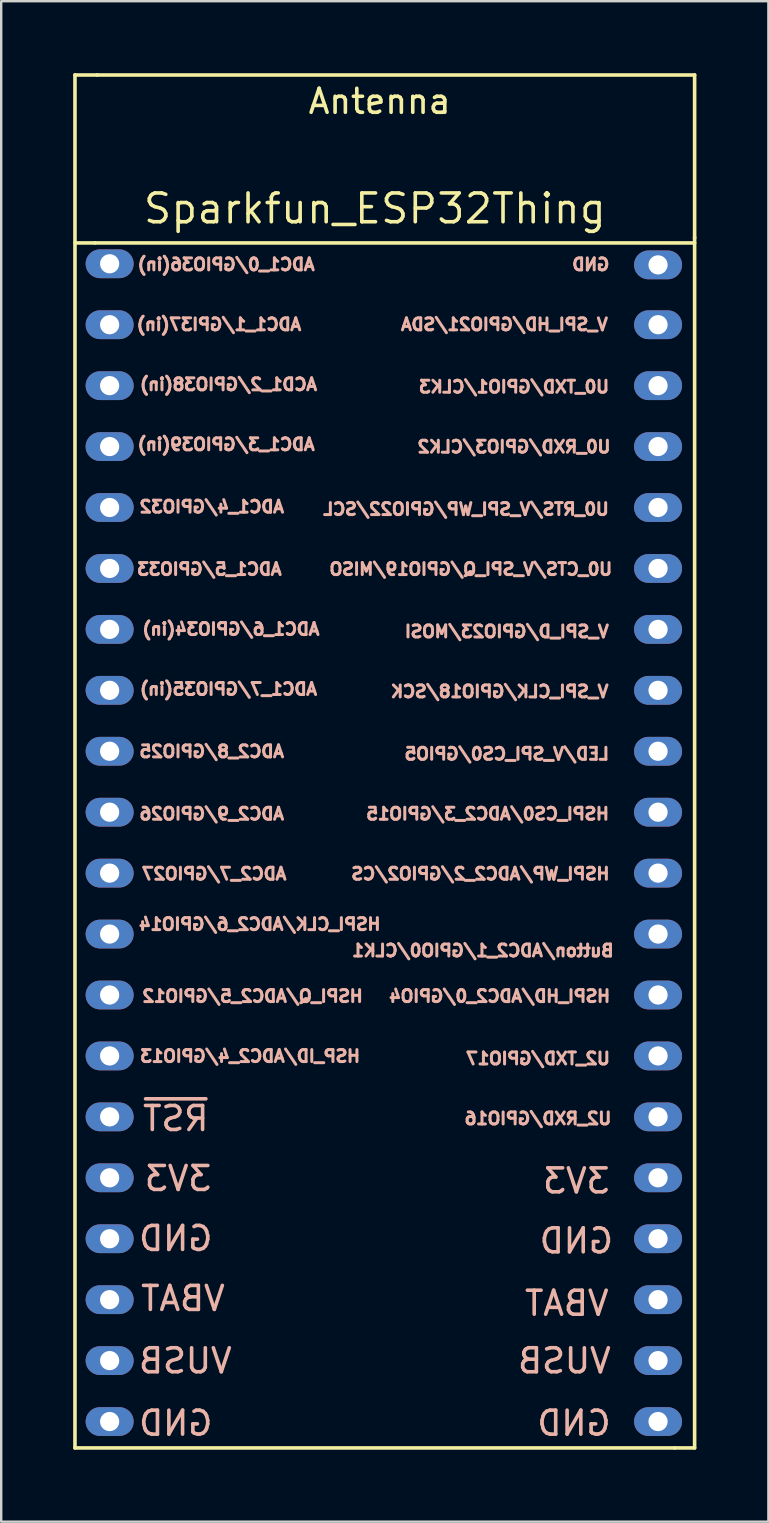
<source format=kicad_pcb>
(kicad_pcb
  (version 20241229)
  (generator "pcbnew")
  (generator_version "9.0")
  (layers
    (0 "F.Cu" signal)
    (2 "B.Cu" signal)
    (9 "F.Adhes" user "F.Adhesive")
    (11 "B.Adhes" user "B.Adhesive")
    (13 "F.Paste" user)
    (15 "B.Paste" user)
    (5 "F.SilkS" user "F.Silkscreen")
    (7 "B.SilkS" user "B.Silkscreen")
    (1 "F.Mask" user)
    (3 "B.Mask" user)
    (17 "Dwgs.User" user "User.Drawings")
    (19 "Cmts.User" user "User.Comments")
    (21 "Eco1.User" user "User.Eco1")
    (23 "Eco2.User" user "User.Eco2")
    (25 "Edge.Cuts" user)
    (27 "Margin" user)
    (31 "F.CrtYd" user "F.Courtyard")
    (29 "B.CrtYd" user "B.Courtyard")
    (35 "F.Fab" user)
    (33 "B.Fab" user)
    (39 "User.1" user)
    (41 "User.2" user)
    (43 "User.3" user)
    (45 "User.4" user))
  (footprint "Sparkfun_ESP32Thing"
    (layer "F.Cu")
    (at 1.52 56.251)
    (property "Reference" "Sparkfun_ESP32Thing" (at 11.055 -50.606 0) (layer "F.SilkS") (effects (font (size 1.2 1.2) (thickness 0.15))))
    (attr through_hole)
    (fp_line (start -1.445 -49.476) (end -1.445 -56.176) (stroke (width 0.15) (type solid)) (layer "F.SilkS"))
    (fp_line (start -1.445 1.054) (end 23.555 1.054) (stroke (width 0.15) (type solid)) (layer "F.SilkS"))
    (fp_line (start -1.445 -49.406) (end -1.445 1.054) (stroke (width 0.15) (type solid)) (layer "F.SilkS"))
    (fp_line (start -0.616 -49.176) (end -1.436 -49.176) (stroke (width 0.15) (type solid)) (layer "F.SilkS"))
    (fp_line (start -0.616 -49.176) (end 24.384 -49.176) (stroke (width 0.15) (type solid)) (layer "F.SilkS"))
    (fp_line (start -0.515 -56.176) (end -1.445 -56.176) (stroke (width 0.15) (type solid)) (layer "F.SilkS"))
    (fp_line (start 23.554 1.054) (end 24.384 1.054) (stroke (width 0.15) (type solid)) (layer "F.SilkS"))
    (fp_line (start 24.384 1.054) (end 24.384 -49.406) (stroke (width 0.15) (type solid)) (layer "F.SilkS"))
    (fp_line (start 24.384 -56.176) (end -0.516 -56.176) (stroke (width 0.15) (type solid)) (layer "F.SilkS"))
    (fp_line (start 24.384 -49.376) (end 24.384 -56.176) (stroke (width 0.15) (type solid)) (layer "F.SilkS"))
    (fp_text user "Antenna" (at 11.255 -55.076 0) (layer "F.SilkS") (effects (font (size 1 1) (thickness 0.15))))
    (fp_text user "V_SPI_HD/GPIO21/SDA" (at 16.455 -45.776 0) (layer "B.SilkS") (effects (font (size 0.5 0.5) (thickness 0.125)) (justify mirror)))
    (fp_text user "ADC2_9/GPIO26" (at 4.255 -25.376 0) (layer "B.SilkS") (effects (font (size 0.5 0.5) (thickness 0.125)) (justify mirror)))
    (fp_text user "ADC1_7/GPIO35(in)" (at 4.955 -30.576 0) (layer "B.SilkS") (effects (font (size 0.5 0.5) (thickness 0.125)) (justify mirror)))
    (fp_text user "HSPI_HD/ADC2_0/GPIO4" (at 16.255 -17.776 0) (layer "B.SilkS") (effects (font (size 0.5 0.5) (thickness 0.125)) (justify mirror)))
    (fp_text user "ADC1_6/GPIO34(in)" (at 5.055 -33.076 0) (layer "B.SilkS") (effects (font (size 0.5 0.5) (thickness 0.125)) (justify mirror)))
    (fp_text user "3V3" (at 19.455 -10.076 0) (layer "B.SilkS") (effects (font (size 1 1) (thickness 0.15)) (justify mirror)))
    (fp_text user "ADC1_0/GPIO36(in)" (at 4.855 -48.276 0) (layer "B.SilkS") (effects (font (size 0.5 0.5) (thickness 0.125)) (justify mirror)))
    (fp_text user "V_SPI_D/GPIO23/MOSI" (at 16.555 -32.976 0) (layer "B.SilkS") (effects (font (size 0.5 0.5) (thickness 0.125)) (justify mirror)))
    (fp_text user "HSP_ID/ADC2_4/GPIO13" (at 5.855 -15.276 0) (layer "B.SilkS") (effects (font (size 0.5 0.5) (thickness 0.125)) (justify mirror)))
    (fp_text user "V_SPI_CLK/GPIO18/SCK" (at 16.255 -30.476 0) (layer "B.SilkS") (effects (font (size 0.5 0.5) (thickness 0.125)) (justify mirror)))
    (fp_text user "GND" (at 19.455 -7.576 0) (layer "B.SilkS") (effects (font (size 1 1) (thickness 0.15)) (justify mirror)))
    (fp_text user "GND" (at 2.755 -7.676 0) (layer "B.SilkS") (effects (font (size 1 1) (thickness 0.15)) (justify mirror)))
    (fp_text user "U2_TXD/GPIO17" (at 17.855 -15.176 0) (layer "B.SilkS") (effects (font (size 0.5 0.5) (thickness 0.125)) (justify mirror)))
    (fp_text user "HSPI_WP/ADC2_2/GPIO2/CS" (at 15.455 -22.876 0) (layer "B.SilkS") (effects (font (size 0.5 0.5) (thickness 0.125)) (justify mirror)))
    (fp_text user "Button/ADC2_1/GPIO0/CLK1" (at 15.555 -19.676 0) (layer "B.SilkS") (effects (font (size 0.5 0.5) (thickness 0.125)) (justify mirror)))
    (fp_text user "ADC1_4/GPIO32" (at 4.255 -38.176 0) (layer "B.SilkS") (effects (font (size 0.5 0.5) (thickness 0.125)) (justify mirror)))
    (fp_text user "U2_RXD/GPIO16" (at 17.855 -12.676 0) (layer "B.SilkS") (effects (font (size 0.5 0.5) (thickness 0.125)) (justify mirror)))
    (fp_text user "~{RST}" (at 2.755 -12.676 0) (layer "B.SilkS") (effects (font (size 1 1) (thickness 0.15)) (justify mirror)))
    (fp_text user "ADC2_7/GPIO27" (at 4.355 -22.876 0) (layer "B.SilkS") (effects (font (size 0.5 0.5) (thickness 0.125)) (justify mirror)))
    (fp_text user "ACD1_2/GPIO38(in)" (at 4.955 -43.276 0) (layer "B.SilkS") (effects (font (size 0.5 0.5) (thickness 0.125)) (justify mirror)))
    (fp_text user "ADC2_8/GPIO25" (at 4.255 -27.976 0) (layer "B.SilkS") (effects (font (size 0.5 0.5) (thickness 0.125)) (justify mirror)))
    (fp_text user "ADC1_1/GPI37(in)" (at 4.555 -45.776 0) (layer "B.SilkS") (effects (font (size 0.5 0.5) (thickness 0.125)) (justify mirror)))
    (fp_text user "HSPI_Q/ADC2_5/GPIO12" (at 5.955 -17.776 0) (layer "B.SilkS") (effects (font (size 0.5 0.5) (thickness 0.125)) (justify mirror)))
    (fp_text user "GND" (at 2.755 0.024 0) (layer "B.SilkS") (effects (font (size 1 1) (thickness 0.15)) (justify mirror)))
    (fp_text user "VBAT" (at 3.055 -5.176 0) (layer "B.SilkS") (effects (font (size 1 1) (thickness 0.15)) (justify mirror)))
    (fp_text user "HSPI_CLK/ADC2_6/GPIO14" (at 6.255 -20.776 0) (layer "B.SilkS") (effects (font (size 0.5 0.5) (thickness 0.125)) (justify mirror)))
    (fp_text user "LED/V_SPI_CS0/GPIO5" (at 16.555 -27.876 0) (layer "B.SilkS") (effects (font (size 0.5 0.5) (thickness 0.125)) (justify mirror)))
    (fp_text user "ADC1_3/GPIO39(in)" (at 4.855 -40.776 0) (layer "B.SilkS") (effects (font (size 0.5 0.5) (thickness 0.125)) (justify mirror)))
    (fp_text user "VUSB" (at 3.155 -2.576 0) (layer "B.SilkS") (effects (font (size 1 1) (thickness 0.15)) (justify mirror)))
    (fp_text user "U0_RXD/GPIO3/CLK2" (at 16.855 -40.676 0) (layer "B.SilkS") (effects (font (size 0.5 0.5) (thickness 0.125)) (justify mirror)))
    (fp_text user "HSPI_CS0/ADC2_3/GPIO15" (at 15.755 -25.376 0) (layer "B.SilkS") (effects (font (size 0.5 0.5) (thickness 0.125)) (justify mirror)))
    (fp_text user "U0_TXD/GPIO1/CLK3" (at 16.855 -43.176 0) (layer "B.SilkS") (effects (font (size 0.5 0.5) (thickness 0.125)) (justify mirror)))
    (fp_text user "3V3" (at 2.855 -10.176 0) (layer "B.SilkS") (effects (font (size 1 1) (thickness 0.15)) (justify mirror)))
    (fp_text user "VUSB" (at 18.955 -2.576 0) (layer "B.SilkS") (effects (font (size 1 1) (thickness 0.15)) (justify mirror)))
    (fp_text user "GND" (at 20.055 -48.276 0) (layer "B.SilkS") (effects (font (size 0.5 0.5) (thickness 0.125)) (justify mirror)))
    (fp_text user "VBAT" (at 19.055 -4.976 0) (layer "B.SilkS") (effects (font (size 1 1) (thickness 0.15)) (justify mirror)))
    (fp_text user "GND" (at 19.355 0.024 0) (layer "B.SilkS") (effects (font (size 1 1) (thickness 0.15)) (justify mirror)))
    (fp_text user "U0_CTS/V_SPI_Q/GPIO19/MISO" (at 15.055 -35.576 0) (layer "B.SilkS") (effects (font (size 0.5 0.5) (thickness 0.125)) (justify mirror)))
    (fp_text user "ADC1_5/GPIO33" (at 4.155 -35.576 0) (layer "B.SilkS") (effects (font (size 0.5 0.5) (thickness 0.125)) (justify mirror)))
    (fp_text user "U0_RTS/V_SPI_WP/GPIO22/SCL" (at 14.855 -38.076 0) (layer "B.SilkS") (effects (font (size 0.5 0.5) (thickness 0.125)) (justify mirror)))
    (pad "1" thru_hole oval (at 0 -48.306 270) (size 1.2 2) (drill 0.8) (layers "*.Cu" "*.Mask"))
    (pad "2" thru_hole oval (at 0 -45.766 270) (size 1.2 2) (drill 0.8) (layers "*.Cu" "*.Mask"))
    (pad "3" thru_hole oval (at 0 -43.226 270) (size 1.2 2) (drill 0.8) (layers "*.Cu" "*.Mask"))
    (pad "4" thru_hole oval (at 0 -40.686 270) (size 1.2 2) (drill 0.8) (layers "*.Cu" "*.Mask"))
    (pad "5" thru_hole oval (at 0 -38.146 270) (size 1.2 2) (drill 0.8) (layers "*.Cu" "*.Mask"))
    (pad "6" thru_hole oval (at 0 -35.606 270) (size 1.2 2) (drill 0.8) (layers "*.Cu" "*.Mask"))
    (pad "7" thru_hole oval (at 0 -33.066 270) (size 1.2 2) (drill 0.8) (layers "*.Cu" "*.Mask"))
    (pad "8" thru_hole oval (at 0 -30.526 270) (size 1.2 2) (drill 0.8) (layers "*.Cu" "*.Mask"))
    (pad "9" thru_hole oval (at 0 -27.986 270) (size 1.2 2) (drill 0.8) (layers "*.Cu" "*.Mask"))
    (pad "10" thru_hole oval (at 0 -25.446 270) (size 1.2 2) (drill 0.8) (layers "*.Cu" "*.Mask"))
    (pad "11" thru_hole oval (at 0 -22.906 270) (size 1.2 2) (drill 0.8) (layers "*.Cu" "*.Mask"))
    (pad "12" thru_hole oval (at 0 -20.366 270) (size 1.2 2) (drill 0.8) (layers "*.Cu" "*.Mask"))
    (pad "13" thru_hole oval (at 0 -17.826 270) (size 1.2 2) (drill 0.8) (layers "*.Cu" "*.Mask"))
    (pad "14" thru_hole oval (at 0 -15.286 270) (size 1.2 2) (drill 0.8) (layers "*.Cu" "*.Mask"))
    (pad "15" thru_hole oval (at 0 -12.746 270) (size 1.2 2) (drill 0.8) (layers "*.Cu" "*.Mask"))
    (pad "16" thru_hole oval (at 0 -10.206 270) (size 1.2 2) (drill 0.8) (layers "*.Cu" "*.Mask"))
    (pad "17" thru_hole oval (at 0 -7.666 270) (size 1.2 2) (drill 0.8) (layers "*.Cu" "*.Mask"))
    (pad "18" thru_hole oval (at 0 -5.126 270) (size 1.2 2) (drill 0.8) (layers "*.Cu" "*.Mask"))
    (pad "19" thru_hole oval (at 0 -2.586 270) (size 1.2 2) (drill 0.8) (layers "*.Cu" "*.Mask"))
    (pad "20" thru_hole oval (at 0 -0.046 270) (size 1.2 2) (drill 0.8) (layers "*.Cu" "*.Mask"))
    (pad "21" thru_hole oval (at 22.86 -0.046 270) (size 1.2 2) (drill 0.8) (layers "*.Cu" "*.Mask"))
    (pad "22" thru_hole oval (at 22.86 -2.586 270) (size 1.2 2) (drill 0.8) (layers "*.Cu" "*.Mask"))
    (pad "23" thru_hole oval (at 22.86 -5.126 270) (size 1.2 2) (drill 0.8) (layers "*.Cu" "*.Mask"))
    (pad "24" thru_hole oval (at 22.86 -7.666 270) (size 1.2 2) (drill 0.8) (layers "*.Cu" "*.Mask"))
    (pad "25" thru_hole oval (at 22.86 -10.206 270) (size 1.2 2) (drill 0.8) (layers "*.Cu" "*.Mask"))
    (pad "26" thru_hole oval (at 22.86 -12.746 270) (size 1.2 2) (drill 0.8) (layers "*.Cu" "*.Mask"))
    (pad "27" thru_hole oval (at 22.86 -15.286 270) (size 1.2 2) (drill 0.8) (layers "*.Cu" "*.Mask"))
    (pad "28" thru_hole oval (at 22.86 -17.826 270) (size 1.2 2) (drill 0.8) (layers "*.Cu" "*.Mask"))
    (pad "29" thru_hole oval (at 22.86 -20.366 270) (size 1.2 2) (drill 0.8) (layers "*.Cu" "*.Mask"))
    (pad "30" thru_hole oval (at 22.86 -22.906 270) (size 1.2 2) (drill 0.8) (layers "*.Cu" "*.Mask"))
    (pad "31" thru_hole oval (at 22.86 -25.446 270) (size 1.2 2) (drill 0.8) (layers "*.Cu" "*.Mask"))
    (pad "32" thru_hole oval (at 22.86 -27.986 270) (size 1.2 2) (drill 0.8) (layers "*.Cu" "*.Mask"))
    (pad "33" thru_hole oval (at 22.86 -30.526 270) (size 1.2 2) (drill 0.8) (layers "*.Cu" "*.Mask"))
    (pad "34" thru_hole oval (at 22.86 -33.066 270) (size 1.2 2) (drill 0.8) (layers "*.Cu" "*.Mask"))
    (pad "35" thru_hole oval (at 22.86 -35.606 270) (size 1.2 2) (drill 0.8) (layers "*.Cu" "*.Mask"))
    (pad "36" thru_hole oval (at 22.86 -38.146 270) (size 1.2 2) (drill 0.8) (layers "*.Cu" "*.Mask"))
    (pad "37" thru_hole oval (at 22.86 -40.686 270) (size 1.2 2) (drill 0.8) (layers "*.Cu" "*.Mask"))
    (pad "38" thru_hole oval (at 22.86 -43.226 270) (size 1.2 2) (drill 0.8) (layers "*.Cu" "*.Mask"))
    (pad "39" thru_hole oval (at 22.86 -45.766 270) (size 1.2 2) (drill 0.8) (layers "*.Cu" "*.Mask"))
    (pad "40" thru_hole oval (at 22.86 -48.26 270) (size 1.2 2) (drill 0.8) (layers "*.Cu" "*.Mask")))
  (gr_rect
    (start -3 -3)
    (end 28.979 60.38)
    (stroke (width 0.1) (type default))
    (fill no)
    (layer "Edge.Cuts")))
</source>
